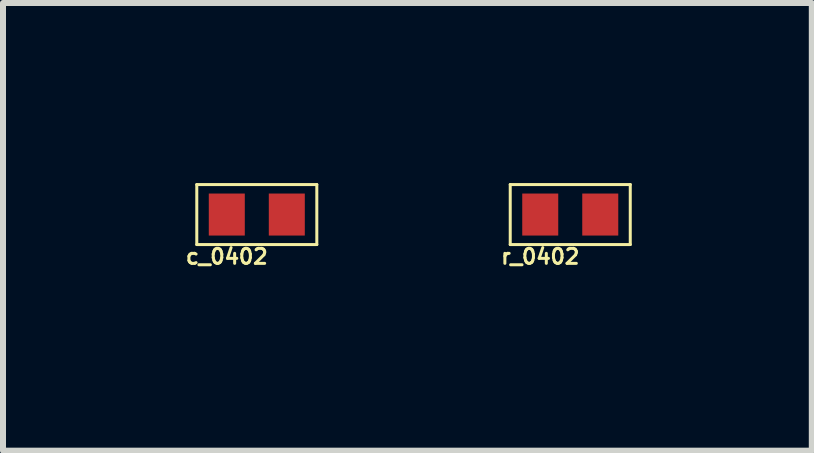
<source format=kicad_pcb>
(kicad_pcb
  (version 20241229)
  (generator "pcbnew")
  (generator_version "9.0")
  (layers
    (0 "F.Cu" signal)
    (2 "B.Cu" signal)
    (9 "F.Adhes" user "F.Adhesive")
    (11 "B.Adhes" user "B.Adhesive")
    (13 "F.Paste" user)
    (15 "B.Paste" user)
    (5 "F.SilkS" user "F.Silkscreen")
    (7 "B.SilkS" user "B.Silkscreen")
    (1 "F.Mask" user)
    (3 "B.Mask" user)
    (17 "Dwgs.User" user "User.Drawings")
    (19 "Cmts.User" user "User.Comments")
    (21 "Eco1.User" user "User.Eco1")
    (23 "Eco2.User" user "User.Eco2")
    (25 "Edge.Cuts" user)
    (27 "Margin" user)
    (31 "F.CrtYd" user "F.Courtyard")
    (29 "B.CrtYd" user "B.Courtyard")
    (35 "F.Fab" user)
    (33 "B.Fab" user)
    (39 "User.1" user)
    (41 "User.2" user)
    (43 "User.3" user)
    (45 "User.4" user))
  (footprint "c_0402"
    (layer "F.Cu")
    (at 1.229 0.525)
    (property "Reference" "c_0402" (at -0.5 0.7 0) (layer "F.SilkS") (effects (font (size 0.25 0.25) (thickness 0.05))))
    (attr smd)
    (fp_line (start -1 -0.5) (end 1 -0.5) (stroke (width 0.05) (type solid)) (layer "F.SilkS"))
    (fp_line (start -1 0.5) (end -1 -0.5) (stroke (width 0.05) (type solid)) (layer "F.SilkS"))
    (fp_line (start 1 -0.5) (end 1 0.5) (stroke (width 0.05) (type solid)) (layer "F.SilkS"))
    (fp_line (start 1 0.5) (end -1 0.5) (stroke (width 0.05) (type solid)) (layer "F.SilkS"))
    (pad "1" smd rect (at -0.5 0) (size 0.6 0.7) (layers "F.Cu" "F.Mask" "F.Paste"))
    (pad "2" smd rect (at 0.5 0) (size 0.6 0.7) (layers "F.Cu" "F.Mask" "F.Paste")))
  (footprint "r_0402"
    (layer "F.Cu")
    (at 6.452 0.525)
    (property "Reference" "r_0402" (at -0.5 0.7 0) (layer "F.SilkS") (effects (font (size 0.25 0.25) (thickness 0.05))))
    (attr smd)
    (fp_line (start -1 -0.5) (end 1 -0.5) (stroke (width 0.05) (type solid)) (layer "F.SilkS"))
    (fp_line (start -1 0.5) (end -1 -0.5) (stroke (width 0.05) (type solid)) (layer "F.SilkS"))
    (fp_line (start 1 -0.5) (end 1 0.5) (stroke (width 0.05) (type solid)) (layer "F.SilkS"))
    (fp_line (start 1 0.5) (end -1 0.5) (stroke (width 0.05) (type solid)) (layer "F.SilkS"))
    (pad "1" smd rect (at -0.5 0) (size 0.6 0.7) (layers "F.Cu" "F.Mask" "F.Paste"))
    (pad "2" smd rect (at 0.5 0) (size 0.6 0.7) (layers "F.Cu" "F.Mask" "F.Paste")))
  (gr_rect
    (start -3 -3)
    (end 10.477 4.459)
    (stroke (width 0.1) (type default))
    (fill no)
    (layer "Edge.Cuts")))
</source>
